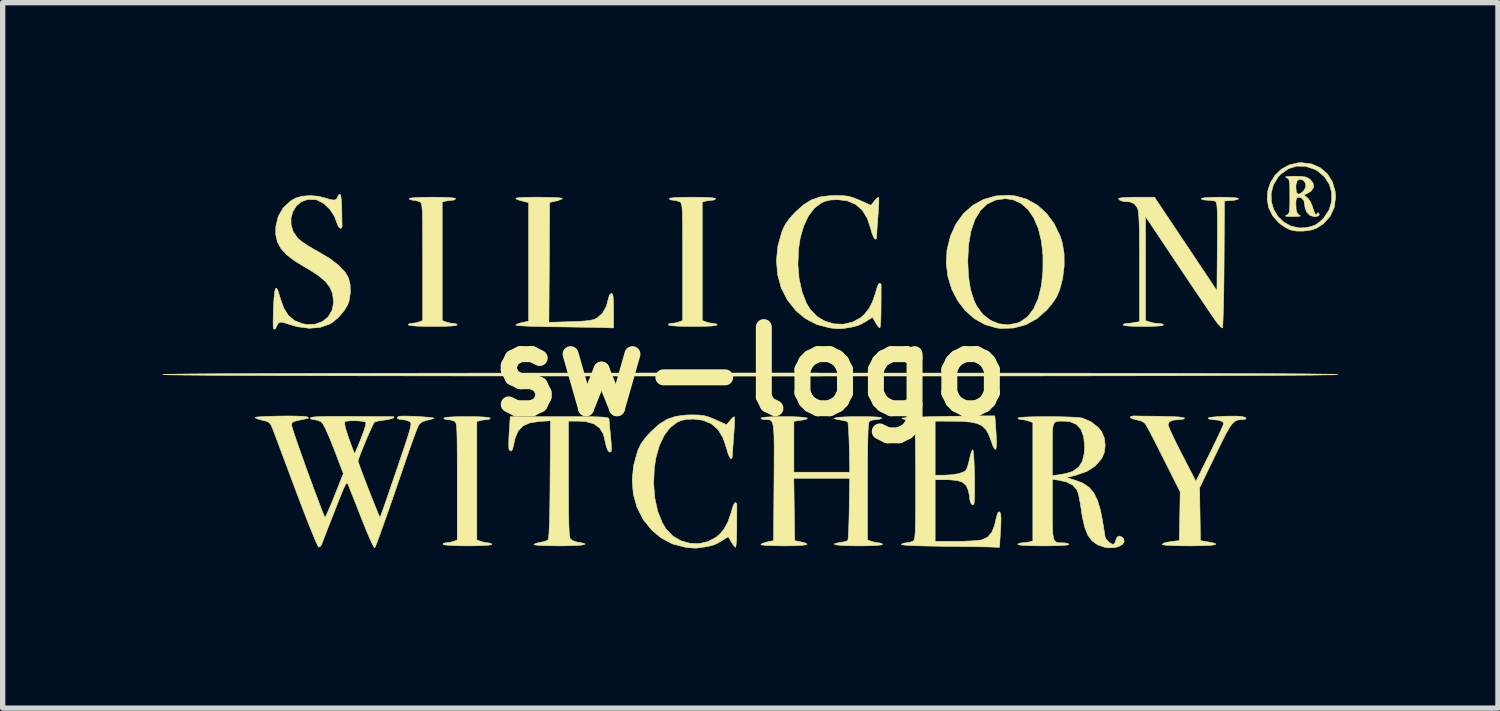
<source format=kicad_pcb>
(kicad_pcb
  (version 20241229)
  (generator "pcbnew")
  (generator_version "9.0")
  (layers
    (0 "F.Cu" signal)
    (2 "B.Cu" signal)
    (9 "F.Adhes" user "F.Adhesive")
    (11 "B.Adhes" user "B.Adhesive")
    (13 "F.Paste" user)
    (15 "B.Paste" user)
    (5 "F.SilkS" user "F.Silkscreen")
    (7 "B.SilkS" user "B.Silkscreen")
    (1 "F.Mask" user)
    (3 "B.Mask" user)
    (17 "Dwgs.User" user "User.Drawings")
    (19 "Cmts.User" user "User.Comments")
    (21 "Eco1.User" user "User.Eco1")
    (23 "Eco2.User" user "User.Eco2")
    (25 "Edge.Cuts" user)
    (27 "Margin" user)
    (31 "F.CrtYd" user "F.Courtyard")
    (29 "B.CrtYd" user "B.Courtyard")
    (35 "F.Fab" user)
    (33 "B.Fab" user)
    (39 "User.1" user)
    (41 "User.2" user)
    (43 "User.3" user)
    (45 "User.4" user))
  (footprint "sw-logo"
    (layer "F.Cu")
    (at 11.04 3.927)
    (property "Reference" "sw-logo" (at 0 0 0) (layer "F.SilkS") (effects (font (size 1.524 1.524) (thickness 0.3))))
    (attr through_hole)
    (fp_poly (pts (xy -5.793 -3.272) (xy -5.658 -3.267) (xy -5.57 -3.259) (xy -5.533 -3.248) (xy -5.532 -3.246) (xy -5.555 -3.223) (xy -5.595 -3.217) (xy -5.677 -3.209) (xy -5.722 -3.2) (xy -5.786 -3.183) (xy -5.786 -0.958) (xy -5.713 -0.931) (xy -5.63 -0.909) (xy -5.572 -0.903) (xy -5.52 -0.893) (xy -5.503 -0.875) (xy -5.531 -0.864) (xy -5.61 -0.855) (xy -5.737 -0.849) (xy -5.907 -0.847) (xy -5.953 -0.847) (xy -6.125 -0.848) (xy -6.264 -0.853) (xy -6.363 -0.861) (xy -6.415 -0.871) (xy -6.421 -0.875) (xy -6.411 -0.896) (xy -6.368 -0.903) (xy -6.285 -0.914) (xy -6.225 -0.931) (xy -6.152 -0.958) (xy -6.152 -2.059) (xy -6.153 -2.337) (xy -6.153 -2.564) (xy -6.154 -2.746) (xy -6.156 -2.887) (xy -6.159 -2.993) (xy -6.164 -3.069) (xy -6.17 -3.121) (xy -6.178 -3.154) (xy -6.188 -3.174) (xy -6.201 -3.185) (xy -6.207 -3.188) (xy -6.279 -3.211) (xy -6.334 -3.217) (xy -6.388 -3.227) (xy -6.406 -3.246) (xy -6.379 -3.257) (xy -6.3 -3.266) (xy -6.173 -3.271) (xy -6.005 -3.274) (xy -5.969 -3.274) (xy -5.793 -3.272)) (stroke (width 0.01) (type solid)) (fill yes) (layer "F.SilkS"))
    (fp_poly (pts (xy -5.144 0.848) (xy -5.009 0.854) (xy -4.921 0.862) (xy -4.883 0.873) (xy -4.882 0.875) (xy -4.906 0.897) (xy -4.946 0.903) (xy -5.028 0.912) (xy -5.073 0.921) (xy -5.136 0.938) (xy -5.136 3.162) (xy -5.064 3.19) (xy -4.981 3.211) (xy -4.923 3.217) (xy -4.871 3.227) (xy -4.854 3.246) (xy -4.882 3.257) (xy -4.961 3.265) (xy -5.088 3.271) (xy -5.258 3.274) (xy -5.304 3.274) (xy -5.476 3.272) (xy -5.615 3.267) (xy -5.714 3.259) (xy -5.766 3.249) (xy -5.771 3.246) (xy -5.762 3.224) (xy -5.719 3.217) (xy -5.636 3.207) (xy -5.576 3.19) (xy -5.503 3.162) (xy -5.503 2.062) (xy -5.503 1.784) (xy -5.504 1.556) (xy -5.505 1.375) (xy -5.507 1.234) (xy -5.51 1.128) (xy -5.515 1.051) (xy -5.521 0.999) (xy -5.529 0.966) (xy -5.539 0.947) (xy -5.552 0.936) (xy -5.558 0.932) (xy -5.63 0.909) (xy -5.685 0.903) (xy -5.739 0.894) (xy -5.757 0.875) (xy -5.73 0.864) (xy -5.651 0.855) (xy -5.524 0.849) (xy -5.355 0.847) (xy -5.32 0.847) (xy -5.144 0.848)) (stroke (width 0.01) (type solid)) (fill yes) (layer "F.SilkS"))
    (fp_poly (pts (xy -0.91 -3.272) (xy -0.776 -3.267) (xy -0.687 -3.259) (xy -0.65 -3.248) (xy -0.649 -3.246) (xy -0.673 -3.223) (xy -0.713 -3.217) (xy -0.794 -3.209) (xy -0.84 -3.2) (xy -0.903 -3.183) (xy -0.903 -0.958) (xy -0.831 -0.931) (xy -0.748 -0.909) (xy -0.69 -0.903) (xy -0.637 -0.893) (xy -0.621 -0.875) (xy -0.648 -0.864) (xy -0.728 -0.855) (xy -0.855 -0.849) (xy -1.025 -0.847) (xy -1.071 -0.847) (xy -1.243 -0.848) (xy -1.382 -0.853) (xy -1.481 -0.861) (xy -1.532 -0.871) (xy -1.538 -0.875) (xy -1.528 -0.896) (xy -1.485 -0.903) (xy -1.402 -0.914) (xy -1.342 -0.931) (xy -1.27 -0.958) (xy -1.27 -2.059) (xy -1.27 -2.337) (xy -1.271 -2.564) (xy -1.272 -2.746) (xy -1.274 -2.887) (xy -1.277 -2.993) (xy -1.281 -3.069) (xy -1.288 -3.121) (xy -1.296 -3.154) (xy -1.306 -3.174) (xy -1.319 -3.185) (xy -1.325 -3.188) (xy -1.397 -3.211) (xy -1.452 -3.217) (xy -1.506 -3.227) (xy -1.524 -3.246) (xy -1.497 -3.257) (xy -1.417 -3.266) (xy -1.291 -3.271) (xy -1.122 -3.274) (xy -1.087 -3.274) (xy -0.91 -3.272)) (stroke (width 0.01) (type solid)) (fill yes) (layer "F.SilkS"))
    (fp_poly (pts (xy -3.831 -3.272) (xy -3.699 -3.269) (xy -3.599 -3.263) (xy -3.54 -3.256) (xy -3.528 -3.251) (xy -3.553 -3.232) (xy -3.615 -3.21) (xy -3.648 -3.202) (xy -3.768 -3.175) (xy -3.775 -2.05) (xy -3.782 -0.924) (xy -3.378 -0.936) (xy -3.21 -0.943) (xy -3.087 -0.951) (xy -3 -0.962) (xy -2.936 -0.977) (xy -2.887 -0.999) (xy -2.877 -1.005) (xy -2.776 -1.094) (xy -2.703 -1.225) (xy -2.667 -1.362) (xy -2.645 -1.438) (xy -2.611 -1.467) (xy -2.609 -1.468) (xy -2.591 -1.458) (xy -2.579 -1.424) (xy -2.572 -1.356) (xy -2.569 -1.246) (xy -2.568 -1.143) (xy -2.568 -0.818) (xy -2.759 -0.825) (xy -2.84 -0.827) (xy -2.968 -0.83) (xy -3.131 -0.832) (xy -3.32 -0.835) (xy -3.525 -0.838) (xy -3.676 -0.84) (xy -3.872 -0.843) (xy -4.048 -0.847) (xy -4.196 -0.853) (xy -4.31 -0.859) (xy -4.381 -0.865) (xy -4.403 -0.871) (xy -4.378 -0.891) (xy -4.315 -0.913) (xy -4.283 -0.92) (xy -4.163 -0.946) (xy -4.163 -3.172) (xy -4.281 -3.202) (xy -4.364 -3.225) (xy -4.402 -3.243) (xy -4.395 -3.257) (xy -4.339 -3.266) (xy -4.232 -3.271) (xy -4.071 -3.274) (xy -3.984 -3.274) (xy -3.831 -3.272)) (stroke (width 0.01) (type solid)) (fill yes) (layer "F.SilkS"))
    (fp_poly (pts (xy 10.541 -3.898) (xy 10.704 -3.826) (xy 10.836 -3.713) (xy 10.93 -3.565) (xy 10.982 -3.387) (xy 10.991 -3.274) (xy 10.965 -3.083) (xy 10.889 -2.917) (xy 10.766 -2.779) (xy 10.632 -2.691) (xy 10.526 -2.656) (xy 10.392 -2.638) (xy 10.256 -2.638) (xy 10.144 -2.659) (xy 10.136 -2.662) (xy 10.056 -2.702) (xy 9.965 -2.763) (xy 9.928 -2.793) (xy 9.808 -2.926) (xy 9.735 -3.076) (xy 9.706 -3.235) (xy 9.715 -3.351) (xy 9.781 -3.351) (xy 9.784 -3.195) (xy 9.827 -3.046) (xy 9.906 -2.914) (xy 10.015 -2.807) (xy 10.151 -2.731) (xy 10.309 -2.697) (xy 10.428 -2.701) (xy 10.522 -2.721) (xy 10.605 -2.749) (xy 10.614 -2.754) (xy 10.679 -2.799) (xy 10.752 -2.866) (xy 10.774 -2.889) (xy 10.87 -3.037) (xy 10.918 -3.198) (xy 10.918 -3.362) (xy 10.873 -3.517) (xy 10.784 -3.656) (xy 10.653 -3.767) (xy 10.603 -3.795) (xy 10.43 -3.853) (xy 10.261 -3.857) (xy 10.103 -3.808) (xy 9.962 -3.707) (xy 9.913 -3.654) (xy 9.823 -3.507) (xy 9.781 -3.351) (xy 9.715 -3.351) (xy 9.718 -3.395) (xy 9.769 -3.548) (xy 9.854 -3.685) (xy 9.971 -3.798) (xy 10.117 -3.879) (xy 10.288 -3.919) (xy 10.351 -3.922) (xy 10.541 -3.898)) (stroke (width 0.01) (type solid)) (fill yes) (layer "F.SilkS"))
    (fp_poly (pts (xy 4.98 -3.297) (xy 5.194 -3.236) (xy 5.39 -3.125) (xy 5.562 -2.97) (xy 5.706 -2.776) (xy 5.816 -2.549) (xy 5.86 -2.413) (xy 5.893 -2.209) (xy 5.894 -1.982) (xy 5.866 -1.75) (xy 5.81 -1.536) (xy 5.756 -1.409) (xy 5.71 -1.336) (xy 5.64 -1.242) (xy 5.56 -1.148) (xy 5.558 -1.147) (xy 5.376 -0.988) (xy 5.169 -0.877) (xy 4.943 -0.817) (xy 4.705 -0.809) (xy 4.619 -0.82) (xy 4.403 -0.883) (xy 4.207 -0.994) (xy 4.036 -1.145) (xy 3.894 -1.331) (xy 3.784 -1.544) (xy 3.712 -1.778) (xy 3.68 -2.026) (xy 3.683 -2.079) (xy 4.084 -2.079) (xy 4.084 -2.074) (xy 4.097 -1.788) (xy 4.134 -1.547) (xy 4.197 -1.343) (xy 4.253 -1.225) (xy 4.366 -1.074) (xy 4.506 -0.964) (xy 4.666 -0.897) (xy 4.835 -0.877) (xy 5.005 -0.907) (xy 5.072 -0.934) (xy 5.21 -1.032) (xy 5.322 -1.179) (xy 5.407 -1.372) (xy 5.466 -1.611) (xy 5.495 -1.888) (xy 5.496 -2.184) (xy 5.466 -2.452) (xy 5.408 -2.686) (xy 5.323 -2.885) (xy 5.214 -3.044) (xy 5.082 -3.159) (xy 4.93 -3.227) (xy 4.788 -3.246) (xy 4.605 -3.221) (xy 4.449 -3.146) (xy 4.32 -3.024) (xy 4.218 -2.855) (xy 4.144 -2.64) (xy 4.099 -2.381) (xy 4.084 -2.079) (xy 3.683 -2.079) (xy 3.694 -2.281) (xy 3.695 -2.289) (xy 3.76 -2.549) (xy 3.865 -2.777) (xy 4.006 -2.969) (xy 4.18 -3.122) (xy 4.381 -3.232) (xy 4.605 -3.297) (xy 4.847 -3.311) (xy 4.98 -3.297)) (stroke (width 0.01) (type solid)) (fill yes) (layer "F.SilkS"))
    (fp_poly (pts (xy 10.339 -3.665) (xy 10.419 -3.655) (xy 10.476 -3.633) (xy 10.511 -3.609) (xy 10.57 -3.536) (xy 10.577 -3.459) (xy 10.531 -3.389) (xy 10.482 -3.357) (xy 10.395 -3.314) (xy 10.461 -3.264) (xy 10.511 -3.204) (xy 10.551 -3.114) (xy 10.558 -3.089) (xy 10.583 -3.012) (xy 10.609 -2.957) (xy 10.63 -2.936) (xy 10.64 -2.957) (xy 10.64 -2.963) (xy 10.657 -2.982) (xy 10.668 -2.977) (xy 10.687 -2.947) (xy 10.661 -2.92) (xy 10.603 -2.907) (xy 10.596 -2.907) (xy 10.51 -2.932) (xy 10.445 -2.999) (xy 10.415 -3.093) (xy 10.414 -3.113) (xy 10.397 -3.21) (xy 10.346 -3.263) (xy 10.295 -3.274) (xy 10.264 -3.264) (xy 10.249 -3.225) (xy 10.245 -3.145) (xy 10.245 -3.14) (xy 10.251 -3.034) (xy 10.272 -2.971) (xy 10.313 -2.935) (xy 10.329 -2.927) (xy 10.326 -2.919) (xy 10.277 -2.913) (xy 10.192 -2.911) (xy 10.188 -2.911) (xy 10.094 -2.913) (xy 10.051 -2.919) (xy 10.055 -2.93) (xy 10.068 -2.936) (xy 10.096 -2.95) (xy 10.114 -2.972) (xy 10.124 -3.014) (xy 10.13 -3.085) (xy 10.132 -3.196) (xy 10.132 -3.288) (xy 10.131 -3.428) (xy 10.13 -3.458) (xy 10.245 -3.458) (xy 10.255 -3.368) (xy 10.285 -3.33) (xy 10.336 -3.345) (xy 10.388 -3.388) (xy 10.431 -3.461) (xy 10.429 -3.535) (xy 10.383 -3.593) (xy 10.383 -3.593) (xy 10.316 -3.614) (xy 10.27 -3.584) (xy 10.247 -3.505) (xy 10.245 -3.458) (xy 10.13 -3.458) (xy 10.128 -3.522) (xy 10.121 -3.581) (xy 10.108 -3.614) (xy 10.086 -3.632) (xy 10.068 -3.64) (xy 10.05 -3.653) (xy 10.078 -3.662) (xy 10.157 -3.666) (xy 10.22 -3.667) (xy 10.339 -3.665)) (stroke (width 0.01) (type solid)) (fill yes) (layer "F.SilkS"))
    (fp_poly (pts (xy 1.083 0.028) (xy 2.11 0.029) (xy 3.081 0.029) (xy 3.997 0.029) (xy 4.856 0.03) (xy 5.66 0.031) (xy 6.409 0.032) (xy 7.101 0.033) (xy 7.737 0.034) (xy 8.318 0.035) (xy 8.842 0.037) (xy 9.311 0.039) (xy 9.723 0.04) (xy 10.079 0.042) (xy 10.379 0.044) (xy 10.623 0.047) (xy 10.81 0.049) (xy 10.941 0.051) (xy 11.016 0.054) (xy 11.035 0.056) (xy 11.007 0.059) (xy 10.922 0.062) (xy 10.781 0.064) (xy 10.584 0.067) (xy 10.33 0.069) (xy 10.02 0.071) (xy 9.654 0.073) (xy 9.232 0.075) (xy 8.754 0.076) (xy 8.22 0.078) (xy 7.63 0.079) (xy 6.983 0.08) (xy 6.281 0.081) (xy 5.523 0.082) (xy 4.709 0.083) (xy 3.84 0.084) (xy 2.914 0.084) (xy 1.933 0.084) (xy 0.896 0.085) (xy 0 0.085) (xy -1.083 0.085) (xy -2.11 0.084) (xy -3.081 0.084) (xy -3.997 0.084) (xy -4.856 0.083) (xy -5.66 0.082) (xy -6.409 0.081) (xy -7.101 0.08) (xy -7.737 0.079) (xy -8.318 0.077) (xy -8.842 0.076) (xy -9.311 0.074) (xy -9.723 0.073) (xy -10.079 0.071) (xy -10.379 0.068) (xy -10.623 0.066) (xy -10.81 0.064) (xy -10.941 0.061) (xy -11.016 0.059) (xy -11.035 0.056) (xy -11.007 0.054) (xy -10.922 0.051) (xy -10.781 0.049) (xy -10.584 0.046) (xy -10.33 0.044) (xy -10.02 0.042) (xy -9.654 0.04) (xy -9.232 0.038) (xy -8.754 0.037) (xy -8.22 0.035) (xy -7.63 0.034) (xy -6.983 0.033) (xy -6.281 0.032) (xy -5.523 0.031) (xy -4.709 0.03) (xy -3.84 0.029) (xy -2.914 0.029) (xy -1.933 0.028) (xy -0.896 0.028) (xy 0 0.028) (xy 1.083 0.028)) (stroke (width 0.01) (type solid)) (fill yes) (layer "F.SilkS"))
    (fp_poly (pts (xy -3.327 0.847) (xy -3.124 0.848) (xy -2.966 0.849) (xy -2.848 0.852) (xy -2.764 0.856) (xy -2.708 0.862) (xy -2.674 0.87) (xy -2.658 0.88) (xy -2.653 0.893) (xy -2.652 0.896) (xy -2.649 0.945) (xy -2.642 1.034) (xy -2.63 1.149) (xy -2.624 1.209) (xy -2.614 1.327) (xy -2.609 1.424) (xy -2.61 1.486) (xy -2.613 1.5) (xy -2.642 1.515) (xy -2.674 1.484) (xy -2.702 1.416) (xy -2.72 1.333) (xy -2.759 1.175) (xy -2.831 1.058) (xy -2.94 0.981) (xy -3.09 0.94) (xy -3.231 0.931) (xy -3.415 0.931) (xy -3.415 2.012) (xy -3.414 2.305) (xy -3.413 2.545) (xy -3.411 2.737) (xy -3.407 2.887) (xy -3.402 2.998) (xy -3.395 3.075) (xy -3.387 3.123) (xy -3.379 3.143) (xy -3.329 3.178) (xy -3.249 3.204) (xy -3.223 3.209) (xy -3.135 3.224) (xy -3.101 3.238) (xy -3.117 3.25) (xy -3.182 3.261) (xy -3.292 3.268) (xy -3.445 3.273) (xy -3.584 3.274) (xy -3.742 3.272) (xy -3.877 3.269) (xy -3.982 3.263) (xy -4.047 3.256) (xy -4.064 3.249) (xy -4.039 3.231) (xy -3.976 3.214) (xy -3.948 3.209) (xy -3.867 3.192) (xy -3.808 3.169) (xy -3.8 3.162) (xy -3.79 3.131) (xy -3.782 3.056) (xy -3.776 2.935) (xy -3.77 2.766) (xy -3.765 2.546) (xy -3.762 2.274) (xy -3.76 2.027) (xy -3.752 0.924) (xy -3.966 0.938) (xy -4.139 0.964) (xy -4.267 1.02) (xy -4.358 1.114) (xy -4.417 1.25) (xy -4.444 1.376) (xy -4.465 1.462) (xy -4.493 1.495) (xy -4.525 1.474) (xy -4.53 1.467) (xy -4.535 1.429) (xy -4.536 1.347) (xy -4.533 1.235) (xy -4.528 1.143) (xy -4.508 0.847) (xy -3.58 0.847) (xy -3.327 0.847)) (stroke (width 0.01) (type solid)) (fill yes) (layer "F.SilkS"))
    (fp_poly (pts (xy 8.177 -2.396) (xy 8.763 -1.518) (xy 8.77 -2.344) (xy 8.772 -2.595) (xy 8.772 -2.794) (xy 8.771 -2.946) (xy 8.767 -3.057) (xy 8.761 -3.133) (xy 8.752 -3.176) (xy 8.742 -3.194) (xy 8.693 -3.208) (xy 8.614 -3.216) (xy 8.587 -3.217) (xy 8.513 -3.223) (xy 8.471 -3.238) (xy 8.467 -3.246) (xy 8.494 -3.258) (xy 8.571 -3.267) (xy 8.693 -3.272) (xy 8.819 -3.274) (xy 8.96 -3.272) (xy 9.072 -3.266) (xy 9.146 -3.258) (xy 9.172 -3.247) (xy 9.147 -3.23) (xy 9.082 -3.216) (xy 9.038 -3.212) (xy 8.904 -3.203) (xy 8.897 -2.011) (xy 8.895 -1.758) (xy 8.892 -1.523) (xy 8.888 -1.312) (xy 8.883 -1.131) (xy 8.878 -0.986) (xy 8.873 -0.883) (xy 8.868 -0.827) (xy 8.865 -0.818) (xy 8.834 -0.839) (xy 8.786 -0.891) (xy 8.761 -0.922) (xy 8.728 -0.968) (xy 8.668 -1.055) (xy 8.584 -1.178) (xy 8.481 -1.331) (xy 8.361 -1.507) (xy 8.23 -1.703) (xy 8.091 -1.91) (xy 8.052 -1.968) (xy 7.422 -2.911) (xy 7.422 -0.958) (xy 7.495 -0.931) (xy 7.576 -0.911) (xy 7.664 -0.903) (xy 7.729 -0.896) (xy 7.76 -0.878) (xy 7.761 -0.875) (xy 7.734 -0.863) (xy 7.656 -0.854) (xy 7.532 -0.848) (xy 7.38 -0.847) (xy 7.219 -0.849) (xy 7.098 -0.854) (xy 7.023 -0.864) (xy 6.999 -0.875) (xy 7.023 -0.896) (xy 7.066 -0.903) (xy 7.144 -0.909) (xy 7.221 -0.921) (xy 7.31 -0.938) (xy 7.31 -1.966) (xy 7.309 -2.244) (xy 7.308 -2.471) (xy 7.306 -2.653) (xy 7.302 -2.794) (xy 7.297 -2.9) (xy 7.291 -2.977) (xy 7.283 -3.031) (xy 7.272 -3.066) (xy 7.268 -3.074) (xy 7.211 -3.151) (xy 7.13 -3.185) (xy 7.07 -3.189) (xy 6.986 -3.199) (xy 6.929 -3.224) (xy 6.914 -3.249) (xy 6.941 -3.258) (xy 7.013 -3.266) (xy 7.119 -3.272) (xy 7.249 -3.274) (xy 7.252 -3.274) (xy 7.59 -3.274) (xy 8.177 -2.396)) (stroke (width 0.01) (type solid)) (fill yes) (layer "F.SilkS"))
    (fp_poly (pts (xy 7.211 0.834) (xy 7.263 0.835) (xy 7.36 0.837) (xy 7.49 0.838) (xy 7.64 0.84) (xy 7.719 0.841) (xy 7.892 0.845) (xy 8.026 0.852) (xy 8.115 0.861) (xy 8.155 0.872) (xy 8.156 0.875) (xy 8.132 0.894) (xy 8.071 0.903) (xy 8.065 0.903) (xy 7.942 0.913) (xy 7.871 0.942) (xy 7.846 0.992) (xy 7.846 0.995) (xy 7.858 1.037) (xy 7.893 1.12) (xy 7.947 1.236) (xy 8.015 1.376) (xy 8.094 1.531) (xy 8.107 1.557) (xy 8.368 2.062) (xy 8.629 1.536) (xy 8.707 1.377) (xy 8.776 1.233) (xy 8.832 1.114) (xy 8.871 1.026) (xy 8.889 0.979) (xy 8.89 0.974) (xy 8.864 0.939) (xy 8.794 0.914) (xy 8.691 0.904) (xy 8.687 0.903) (xy 8.625 0.894) (xy 8.595 0.877) (xy 8.614 0.866) (xy 8.677 0.856) (xy 8.771 0.847) (xy 8.884 0.84) (xy 9.002 0.837) (xy 9.113 0.837) (xy 9.205 0.841) (xy 9.222 0.843) (xy 9.288 0.859) (xy 9.312 0.88) (xy 9.29 0.898) (xy 9.245 0.903) (xy 9.187 0.905) (xy 9.137 0.915) (xy 9.093 0.939) (xy 9.049 0.982) (xy 9 1.05) (xy 8.943 1.149) (xy 8.873 1.285) (xy 8.785 1.463) (xy 8.733 1.571) (xy 8.437 2.183) (xy 8.445 2.679) (xy 8.453 3.175) (xy 8.601 3.2) (xy 8.699 3.22) (xy 8.742 3.237) (xy 8.73 3.251) (xy 8.663 3.262) (xy 8.542 3.269) (xy 8.367 3.273) (xy 8.241 3.274) (xy 8.06 3.272) (xy 7.913 3.268) (xy 7.806 3.262) (xy 7.745 3.253) (xy 7.733 3.247) (xy 7.759 3.224) (xy 7.837 3.203) (xy 7.969 3.185) (xy 7.987 3.183) (xy 8.057 3.175) (xy 8.065 2.718) (xy 8.073 2.26) (xy 7.764 1.645) (xy 7.676 1.471) (xy 7.595 1.312) (xy 7.524 1.174) (xy 7.467 1.067) (xy 7.428 0.998) (xy 7.415 0.976) (xy 7.356 0.934) (xy 7.262 0.907) (xy 7.25 0.906) (xy 7.175 0.888) (xy 7.137 0.864) (xy 7.143 0.844) (xy 7.196 0.834) (xy 7.211 0.834)) (stroke (width 0.01) (type solid)) (fill yes) (layer "F.SilkS"))
    (fp_poly (pts (xy -7.691 -3.303) (xy -7.68 -3.221) (xy -7.673 -3.089) (xy -7.672 -3.048) (xy -7.67 -2.925) (xy -7.668 -2.822) (xy -7.666 -2.753) (xy -7.665 -2.733) (xy -7.676 -2.694) (xy -7.705 -2.692) (xy -7.737 -2.724) (xy -7.75 -2.757) (xy -7.808 -2.913) (xy -7.898 -3.05) (xy -8.01 -3.156) (xy -8.133 -3.22) (xy -8.169 -3.229) (xy -8.308 -3.232) (xy -8.428 -3.19) (xy -8.523 -3.112) (xy -8.589 -3.007) (xy -8.625 -2.886) (xy -8.624 -2.756) (xy -8.585 -2.627) (xy -8.503 -2.509) (xy -8.473 -2.48) (xy -8.402 -2.425) (xy -8.297 -2.356) (xy -8.175 -2.284) (xy -8.103 -2.244) (xy -7.896 -2.121) (xy -7.731 -1.994) (xy -7.611 -1.869) (xy -7.548 -1.764) (xy -7.515 -1.632) (xy -7.511 -1.477) (xy -7.535 -1.327) (xy -7.561 -1.253) (xy -7.632 -1.136) (xy -7.732 -1.02) (xy -7.842 -0.926) (xy -7.896 -0.892) (xy -8.078 -0.829) (xy -8.284 -0.812) (xy -8.508 -0.842) (xy -8.661 -0.887) (xy -8.763 -0.92) (xy -8.826 -0.927) (xy -8.865 -0.908) (xy -8.89 -0.861) (xy -8.918 -0.802) (xy -8.942 -0.795) (xy -8.956 -0.811) (xy -8.96 -0.846) (xy -8.961 -0.926) (xy -8.959 -1.04) (xy -8.955 -1.177) (xy -8.954 -1.207) (xy -8.944 -1.379) (xy -8.932 -1.495) (xy -8.916 -1.557) (xy -8.896 -1.565) (xy -8.871 -1.521) (xy -8.841 -1.425) (xy -8.831 -1.388) (xy -8.764 -1.196) (xy -8.675 -1.054) (xy -8.559 -0.956) (xy -8.412 -0.899) (xy -8.329 -0.884) (xy -8.167 -0.889) (xy -8.03 -0.941) (xy -7.924 -1.031) (xy -7.853 -1.153) (xy -7.825 -1.3) (xy -7.845 -1.465) (xy -7.894 -1.581) (xy -7.979 -1.691) (xy -8.107 -1.8) (xy -8.282 -1.913) (xy -8.344 -1.949) (xy -8.55 -2.073) (xy -8.705 -2.192) (xy -8.814 -2.31) (xy -8.881 -2.435) (xy -8.912 -2.572) (xy -8.91 -2.727) (xy -8.91 -2.727) (xy -8.864 -2.915) (xy -8.771 -3.075) (xy -8.634 -3.202) (xy -8.539 -3.257) (xy -8.419 -3.292) (xy -8.27 -3.304) (xy -8.116 -3.292) (xy -7.99 -3.261) (xy -7.878 -3.227) (xy -7.806 -3.221) (xy -7.766 -3.244) (xy -7.753 -3.274) (xy -7.728 -3.32) (xy -7.707 -3.33) (xy -7.691 -3.303)) (stroke (width 0.01) (type solid)) (fill yes) (layer "F.SilkS"))
    (fp_poly (pts (xy -0.967 0.817) (xy -0.868 0.829) (xy -0.775 0.855) (xy -0.665 0.9) (xy -0.65 0.907) (xy -0.444 0.999) (xy -0.378 0.917) (xy -0.333 0.867) (xy -0.302 0.848) (xy -0.299 0.849) (xy -0.296 0.881) (xy -0.297 0.957) (xy -0.302 1.067) (xy -0.311 1.199) (xy -0.311 1.2) (xy -0.321 1.337) (xy -0.33 1.456) (xy -0.336 1.545) (xy -0.338 1.59) (xy -0.347 1.634) (xy -0.368 1.632) (xy -0.396 1.592) (xy -0.425 1.52) (xy -0.443 1.453) (xy -0.51 1.248) (xy -0.607 1.09) (xy -0.734 0.979) (xy -0.894 0.914) (xy -1.067 0.893) (xy -1.2 0.898) (xy -1.302 0.921) (xy -1.374 0.953) (xy -1.507 1.054) (xy -1.619 1.202) (xy -1.709 1.393) (xy -1.773 1.621) (xy -1.803 1.821) (xy -1.815 2.107) (xy -1.793 2.378) (xy -1.739 2.625) (xy -1.654 2.838) (xy -1.582 2.956) (xy -1.456 3.088) (xy -1.303 3.178) (xy -1.133 3.226) (xy -0.959 3.231) (xy -0.79 3.192) (xy -0.637 3.109) (xy -0.568 3.048) (xy -0.486 2.947) (xy -0.42 2.823) (xy -0.364 2.664) (xy -0.339 2.573) (xy -0.314 2.503) (xy -0.288 2.464) (xy -0.279 2.461) (xy -0.252 2.486) (xy -0.252 2.491) (xy -0.253 2.526) (xy -0.253 2.605) (xy -0.254 2.72) (xy -0.254 2.859) (xy -0.254 2.907) (xy -0.256 3.049) (xy -0.26 3.168) (xy -0.267 3.255) (xy -0.275 3.299) (xy -0.278 3.302) (xy -0.305 3.279) (xy -0.343 3.223) (xy -0.355 3.203) (xy -0.39 3.141) (xy -0.412 3.107) (xy -0.415 3.104) (xy -0.44 3.118) (xy -0.498 3.154) (xy -0.552 3.187) (xy -0.626 3.23) (xy -0.702 3.261) (xy -0.796 3.284) (xy -0.923 3.305) (xy -0.988 3.314) (xy -1.055 3.316) (xy -1.152 3.308) (xy -1.224 3.299) (xy -1.463 3.237) (xy -1.679 3.122) (xy -1.85 2.979) (xy -2.011 2.78) (xy -2.127 2.551) (xy -2.197 2.301) (xy -2.218 2.036) (xy -2.191 1.763) (xy -2.115 1.489) (xy -2.11 1.478) (xy -2.053 1.358) (xy -1.968 1.24) (xy -1.863 1.126) (xy -1.712 0.99) (xy -1.563 0.897) (xy -1.401 0.842) (xy -1.211 0.817) (xy -1.099 0.814) (xy -0.967 0.817)) (stroke (width 0.01) (type solid)) (fill yes) (layer "F.SilkS"))
    (fp_poly (pts (xy 1.742 -3.303) (xy 1.842 -3.291) (xy 1.934 -3.265) (xy 2.045 -3.22) (xy 2.059 -3.214) (xy 2.266 -3.122) (xy 2.331 -3.204) (xy 2.376 -3.253) (xy 2.407 -3.273) (xy 2.41 -3.272) (xy 2.414 -3.24) (xy 2.413 -3.163) (xy 2.407 -3.053) (xy 2.398 -2.921) (xy 2.398 -2.92) (xy 2.388 -2.783) (xy 2.379 -2.664) (xy 2.374 -2.575) (xy 2.371 -2.531) (xy 2.362 -2.486) (xy 2.341 -2.488) (xy 2.313 -2.529) (xy 2.284 -2.601) (xy 2.266 -2.667) (xy 2.199 -2.873) (xy 2.103 -3.03) (xy 1.975 -3.141) (xy 1.816 -3.207) (xy 1.642 -3.227) (xy 1.51 -3.222) (xy 1.407 -3.199) (xy 1.335 -3.167) (xy 1.202 -3.067) (xy 1.09 -2.918) (xy 1 -2.727) (xy 0.936 -2.5) (xy 0.906 -2.3) (xy 0.894 -2.013) (xy 0.916 -1.742) (xy 0.971 -1.496) (xy 1.055 -1.282) (xy 1.127 -1.164) (xy 1.254 -1.033) (xy 1.407 -0.943) (xy 1.576 -0.895) (xy 1.75 -0.889) (xy 1.92 -0.928) (xy 2.073 -1.012) (xy 2.142 -1.073) (xy 2.223 -1.174) (xy 2.289 -1.297) (xy 2.346 -1.457) (xy 2.371 -1.547) (xy 2.395 -1.618) (xy 2.421 -1.657) (xy 2.431 -1.659) (xy 2.457 -1.635) (xy 2.457 -1.629) (xy 2.457 -1.595) (xy 2.456 -1.515) (xy 2.456 -1.4) (xy 2.455 -1.262) (xy 2.455 -1.214) (xy 2.454 -1.072) (xy 2.449 -0.952) (xy 2.443 -0.866) (xy 2.435 -0.822) (xy 2.432 -0.818) (xy 2.404 -0.841) (xy 2.366 -0.897) (xy 2.355 -0.917) (xy 2.32 -0.979) (xy 2.297 -1.014) (xy 2.295 -1.016) (xy 2.269 -1.002) (xy 2.211 -0.967) (xy 2.158 -0.933) (xy 2.083 -0.891) (xy 2.007 -0.86) (xy 1.914 -0.836) (xy 1.786 -0.815) (xy 1.722 -0.806) (xy 1.655 -0.805) (xy 1.558 -0.812) (xy 1.486 -0.821) (xy 1.247 -0.884) (xy 1.03 -0.998) (xy 0.859 -1.141) (xy 0.698 -1.341) (xy 0.582 -1.569) (xy 0.513 -1.819) (xy 0.491 -2.084) (xy 0.518 -2.357) (xy 0.595 -2.631) (xy 0.599 -2.643) (xy 0.657 -2.762) (xy 0.741 -2.88) (xy 0.846 -2.994) (xy 0.998 -3.13) (xy 1.146 -3.223) (xy 1.308 -3.279) (xy 1.499 -3.303) (xy 1.61 -3.306) (xy 1.742 -3.303)) (stroke (width 0.01) (type solid)) (fill yes) (layer "F.SilkS"))
    (fp_poly (pts (xy 2.221 0.848) (xy 2.357 0.853) (xy 2.441 0.861) (xy 2.47 0.873) (xy 2.469 0.875) (xy 2.432 0.894) (xy 2.364 0.903) (xy 2.361 0.903) (xy 2.286 0.913) (xy 2.235 0.937) (xy 2.235 0.937) (xy 2.226 0.962) (xy 2.218 1.019) (xy 2.212 1.112) (xy 2.208 1.245) (xy 2.204 1.421) (xy 2.202 1.645) (xy 2.201 1.919) (xy 2.201 2.067) (xy 2.201 3.162) (xy 2.274 3.19) (xy 2.356 3.211) (xy 2.415 3.217) (xy 2.467 3.227) (xy 2.484 3.246) (xy 2.456 3.257) (xy 2.377 3.265) (xy 2.25 3.271) (xy 2.08 3.274) (xy 2.032 3.274) (xy 1.857 3.272) (xy 1.721 3.266) (xy 1.628 3.257) (xy 1.581 3.246) (xy 1.583 3.233) (xy 1.636 3.219) (xy 1.696 3.209) (xy 1.772 3.195) (xy 1.823 3.179) (xy 1.83 3.175) (xy 1.836 3.142) (xy 1.842 3.062) (xy 1.848 2.943) (xy 1.853 2.793) (xy 1.857 2.622) (xy 1.857 2.58) (xy 1.866 2.004) (xy 0.817 2.004) (xy 0.825 2.589) (xy 0.833 3.175) (xy 0.953 3.2) (xy 1.038 3.222) (xy 1.068 3.241) (xy 1.043 3.255) (xy 0.962 3.265) (xy 0.826 3.272) (xy 0.636 3.274) (xy 0.635 3.274) (xy 0.485 3.272) (xy 0.357 3.268) (xy 0.261 3.262) (xy 0.207 3.254) (xy 0.198 3.25) (xy 0.222 3.23) (xy 0.285 3.208) (xy 0.318 3.2) (xy 0.437 3.175) (xy 0.445 2.074) (xy 0.447 1.787) (xy 0.448 1.55) (xy 0.448 1.36) (xy 0.445 1.212) (xy 0.439 1.099) (xy 0.43 1.018) (xy 0.416 0.963) (xy 0.397 0.929) (xy 0.372 0.911) (xy 0.341 0.904) (xy 0.302 0.903) (xy 0.277 0.903) (xy 0.22 0.894) (xy 0.198 0.875) (xy 0.225 0.864) (xy 0.304 0.855) (xy 0.431 0.849) (xy 0.599 0.847) (xy 0.635 0.847) (xy 0.812 0.849) (xy 0.945 0.855) (xy 1.032 0.864) (xy 1.071 0.876) (xy 1.06 0.891) (xy 0.995 0.908) (xy 0.945 0.916) (xy 0.818 0.935) (xy 0.818 1.891) (xy 1.868 1.891) (xy 1.859 1.428) (xy 1.854 1.271) (xy 1.848 1.135) (xy 1.841 1.029) (xy 1.834 0.963) (xy 1.83 0.945) (xy 1.792 0.93) (xy 1.721 0.915) (xy 1.696 0.911) (xy 1.609 0.896) (xy 1.576 0.882) (xy 1.594 0.87) (xy 1.659 0.859) (xy 1.768 0.852) (xy 1.92 0.847) (xy 2.034 0.847) (xy 2.221 0.848)) (stroke (width 0.01) (type solid)) (fill yes) (layer "F.SilkS"))
    (fp_poly (pts (xy 5.684 0.847) (xy 5.842 0.85) (xy 5.987 0.854) (xy 6.11 0.86) (xy 6.201 0.868) (xy 6.24 0.875) (xy 6.397 0.943) (xy 6.532 1.049) (xy 6.596 1.127) (xy 6.647 1.246) (xy 6.664 1.386) (xy 6.646 1.526) (xy 6.597 1.637) (xy 6.475 1.775) (xy 6.321 1.875) (xy 6.135 1.941) (xy 5.935 1.992) (xy 6.097 2.04) (xy 6.245 2.096) (xy 6.361 2.174) (xy 6.451 2.28) (xy 6.521 2.421) (xy 6.576 2.607) (xy 6.607 2.766) (xy 6.629 2.891) (xy 6.646 2.998) (xy 6.657 3.071) (xy 6.66 3.097) (xy 6.682 3.148) (xy 6.733 3.203) (xy 6.79 3.24) (xy 6.814 3.246) (xy 6.847 3.221) (xy 6.863 3.168) (xy 6.89 3.107) (xy 6.939 3.089) (xy 6.993 3.118) (xy 7.01 3.139) (xy 7.021 3.197) (xy 6.986 3.248) (xy 6.917 3.287) (xy 6.823 3.309) (xy 6.715 3.31) (xy 6.653 3.3) (xy 6.522 3.253) (xy 6.418 3.18) (xy 6.339 3.073) (xy 6.28 2.927) (xy 6.236 2.734) (xy 6.219 2.62) (xy 6.198 2.484) (xy 6.175 2.362) (xy 6.152 2.269) (xy 6.136 2.226) (xy 6.058 2.135) (xy 5.933 2.072) (xy 5.8 2.042) (xy 5.673 2.024) (xy 5.673 2.592) (xy 5.673 2.795) (xy 5.675 2.948) (xy 5.682 3.059) (xy 5.695 3.135) (xy 5.717 3.181) (xy 5.751 3.206) (xy 5.798 3.216) (xy 5.862 3.217) (xy 5.882 3.217) (xy 5.949 3.224) (xy 5.982 3.241) (xy 5.983 3.246) (xy 5.956 3.257) (xy 5.876 3.265) (xy 5.748 3.271) (xy 5.575 3.274) (xy 5.503 3.274) (xy 5.316 3.272) (xy 5.172 3.267) (xy 5.074 3.26) (xy 5.027 3.25) (xy 5.024 3.246) (xy 5.048 3.225) (xy 5.101 3.217) (xy 5.186 3.21) (xy 5.242 3.2) (xy 5.306 3.183) (xy 5.306 1.299) (xy 5.673 1.299) (xy 5.673 1.46) (xy 5.673 1.955) (xy 5.82 1.935) (xy 5.927 1.915) (xy 6.025 1.886) (xy 6.06 1.872) (xy 6.166 1.796) (xy 6.236 1.685) (xy 6.272 1.534) (xy 6.278 1.411) (xy 6.261 1.228) (xy 6.211 1.09) (xy 6.127 0.995) (xy 6.007 0.943) (xy 5.889 0.931) (xy 5.814 0.931) (xy 5.758 0.936) (xy 5.719 0.954) (xy 5.694 0.991) (xy 5.68 1.056) (xy 5.674 1.157) (xy 5.673 1.299) (xy 5.306 1.299) (xy 5.306 0.958) (xy 5.233 0.931) (xy 5.151 0.909) (xy 5.092 0.903) (xy 5.04 0.893) (xy 5.024 0.875) (xy 5.05 0.865) (xy 5.123 0.858) (xy 5.233 0.852) (xy 5.37 0.849) (xy 5.523 0.847) (xy 5.684 0.847)) (stroke (width 0.01) (type solid)) (fill yes) (layer "F.SilkS"))
    (fp_poly (pts (xy 4.594 0.859) (xy 4.6 0.93) (xy 4.608 1.036) (xy 4.615 1.15) (xy 4.623 1.309) (xy 4.62 1.413) (xy 4.609 1.461) (xy 4.587 1.454) (xy 4.555 1.393) (xy 4.517 1.288) (xy 4.472 1.171) (xy 4.419 1.082) (xy 4.35 1.018) (xy 4.257 0.975) (xy 4.133 0.949) (xy 3.967 0.936) (xy 3.775 0.933) (xy 3.471 0.931) (xy 3.471 1.947) (xy 3.634 1.947) (xy 3.791 1.938) (xy 3.921 1.915) (xy 4.015 1.88) (xy 4.053 1.85) (xy 4.075 1.799) (xy 4.101 1.713) (xy 4.118 1.636) (xy 4.14 1.548) (xy 4.162 1.487) (xy 4.177 1.468) (xy 4.186 1.494) (xy 4.194 1.566) (xy 4.201 1.673) (xy 4.206 1.804) (xy 4.21 1.948) (xy 4.212 2.095) (xy 4.212 2.234) (xy 4.21 2.354) (xy 4.206 2.443) (xy 4.199 2.493) (xy 4.197 2.497) (xy 4.169 2.504) (xy 4.14 2.469) (xy 4.123 2.41) (xy 4.121 2.385) (xy 4.113 2.32) (xy 4.094 2.236) (xy 4.091 2.223) (xy 4.052 2.138) (xy 3.987 2.08) (xy 3.888 2.047) (xy 3.744 2.033) (xy 3.684 2.032) (xy 3.471 2.032) (xy 3.471 3.189) (xy 3.859 3.189) (xy 4.012 3.187) (xy 4.153 3.181) (xy 4.268 3.172) (xy 4.344 3.162) (xy 4.352 3.16) (xy 4.457 3.109) (xy 4.534 3.021) (xy 4.587 2.889) (xy 4.603 2.819) (xy 4.624 2.728) (xy 4.645 2.662) (xy 4.659 2.638) (xy 4.685 2.636) (xy 4.701 2.672) (xy 4.708 2.752) (xy 4.705 2.879) (xy 4.699 2.994) (xy 4.679 3.302) (xy 4.505 3.295) (xy 4.43 3.293) (xy 4.308 3.291) (xy 4.149 3.288) (xy 3.962 3.286) (xy 3.758 3.283) (xy 3.576 3.281) (xy 3.329 3.277) (xy 3.13 3.272) (xy 2.98 3.266) (xy 2.883 3.258) (xy 2.839 3.249) (xy 2.837 3.245) (xy 2.875 3.224) (xy 2.925 3.217) (xy 3.003 3.206) (xy 3.05 3.188) (xy 3.064 3.179) (xy 3.075 3.163) (xy 3.084 3.136) (xy 3.091 3.092) (xy 3.096 3.026) (xy 3.1 2.932) (xy 3.102 2.805) (xy 3.104 2.639) (xy 3.104 2.43) (xy 3.104 2.172) (xy 3.104 2.065) (xy 3.104 1.766) (xy 3.102 1.519) (xy 3.1 1.321) (xy 3.096 1.169) (xy 3.09 1.058) (xy 3.084 0.984) (xy 3.075 0.945) (xy 3.071 0.937) (xy 3.02 0.913) (xy 2.946 0.903) (xy 2.944 0.903) (xy 2.881 0.896) (xy 2.851 0.879) (xy 2.85 0.877) (xy 2.878 0.871) (xy 2.955 0.865) (xy 3.075 0.859) (xy 3.231 0.853) (xy 3.418 0.847) (xy 3.628 0.843) (xy 3.855 0.839) (xy 4.093 0.835) (xy 4.333 0.833) (xy 4.571 0.833) (xy 4.59 0.833) (xy 4.594 0.859)) (stroke (width 0.01) (type solid)) (fill yes) (layer "F.SilkS"))
    (fp_poly (pts (xy -8.548 0.836) (xy -8.436 0.84) (xy -8.355 0.845) (xy -8.318 0.852) (xy -8.295 0.873) (xy -8.297 0.877) (xy -8.331 0.884) (xy -8.402 0.899) (xy -8.467 0.913) (xy -8.555 0.934) (xy -8.6 0.954) (xy -8.614 0.983) (xy -8.612 1.016) (xy -8.6 1.062) (xy -8.572 1.15) (xy -8.53 1.273) (xy -8.478 1.423) (xy -8.418 1.592) (xy -8.354 1.773) (xy -8.286 1.959) (xy -8.22 2.141) (xy -8.156 2.311) (xy -8.099 2.463) (xy -8.051 2.589) (xy -8.014 2.681) (xy -7.992 2.731) (xy -7.987 2.738) (xy -7.971 2.713) (xy -7.938 2.644) (xy -7.893 2.541) (xy -7.839 2.412) (xy -7.805 2.327) (xy -7.642 1.916) (xy -7.816 1.459) (xy -7.878 1.303) (xy -7.937 1.165) (xy -7.988 1.053) (xy -8.029 0.978) (xy -8.03 0.977) (xy -7.62 0.977) (xy -7.602 1.062) (xy -7.56 1.197) (xy -7.54 1.254) (xy -7.498 1.371) (xy -7.463 1.465) (xy -7.439 1.524) (xy -7.43 1.541) (xy -7.417 1.513) (xy -7.387 1.444) (xy -7.346 1.346) (xy -7.309 1.255) (xy -7.26 1.125) (xy -7.228 1.025) (xy -7.218 0.965) (xy -7.222 0.951) (xy -7.263 0.937) (xy -7.341 0.928) (xy -7.435 0.924) (xy -7.526 0.926) (xy -7.594 0.934) (xy -7.613 0.941) (xy -7.62 0.977) (xy -8.03 0.977) (xy -8.048 0.953) (xy -8.12 0.916) (xy -8.19 0.903) (xy -8.249 0.894) (xy -8.263 0.871) (xy -8.241 0.86) (xy -8.182 0.852) (xy -8.081 0.846) (xy -7.934 0.843) (xy -7.738 0.842) (xy -7.52 0.843) (xy -7.32 0.844) (xy -7.137 0.845) (xy -6.978 0.846) (xy -6.853 0.846) (xy -6.77 0.847) (xy -6.736 0.847) (xy -6.692 0.852) (xy -6.693 0.866) (xy -6.731 0.883) (xy -6.797 0.9) (xy -6.875 0.912) (xy -6.967 0.925) (xy -7.036 0.941) (xy -7.06 0.953) (xy -7.081 0.989) (xy -7.118 1.066) (xy -7.165 1.17) (xy -7.216 1.289) (xy -7.267 1.412) (xy -7.312 1.525) (xy -7.346 1.616) (xy -7.364 1.672) (xy -7.366 1.682) (xy -7.356 1.716) (xy -7.329 1.793) (xy -7.289 1.901) (xy -7.239 2.032) (xy -7.184 2.175) (xy -7.127 2.32) (xy -7.073 2.457) (xy -7.025 2.577) (xy -6.987 2.669) (xy -6.963 2.722) (xy -6.957 2.732) (xy -6.954 2.732) (xy -6.948 2.724) (xy -6.938 2.701) (xy -6.923 2.66) (xy -6.899 2.596) (xy -6.867 2.504) (xy -6.824 2.379) (xy -6.768 2.216) (xy -6.697 2.01) (xy -6.611 1.757) (xy -6.59 1.695) (xy -6.517 1.48) (xy -6.461 1.312) (xy -6.42 1.185) (xy -6.393 1.092) (xy -6.378 1.028) (xy -6.373 0.987) (xy -6.377 0.961) (xy -6.389 0.945) (xy -6.395 0.94) (xy -6.459 0.914) (xy -6.539 0.903) (xy -6.604 0.894) (xy -6.633 0.874) (xy -6.617 0.85) (xy -6.597 0.841) (xy -6.555 0.837) (xy -6.476 0.836) (xy -6.373 0.839) (xy -6.259 0.844) (xy -6.146 0.851) (xy -6.047 0.859) (xy -5.975 0.867) (xy -5.941 0.875) (xy -5.941 0.878) (xy -5.985 0.894) (xy -6.059 0.912) (xy -6.075 0.915) (xy -6.166 0.947) (xy -6.222 0.996) (xy -6.244 1.042) (xy -6.28 1.132) (xy -6.326 1.256) (xy -6.379 1.403) (xy -6.431 1.552) (xy -6.57 1.958) (xy -6.692 2.311) (xy -6.796 2.611) (xy -6.883 2.858) (xy -6.952 3.051) (xy -7.003 3.191) (xy -7.037 3.278) (xy -7.053 3.311) (xy -7.07 3.293) (xy -7.103 3.229) (xy -7.15 3.127) (xy -7.207 2.994) (xy -7.27 2.838) (xy -7.295 2.775) (xy -7.363 2.603) (xy -7.425 2.444) (xy -7.479 2.308) (xy -7.52 2.204) (xy -7.545 2.14) (xy -7.548 2.131) (xy -7.56 2.105) (xy -7.572 2.095) (xy -7.588 2.105) (xy -7.61 2.141) (xy -7.642 2.208) (xy -7.685 2.313) (xy -7.744 2.46) (xy -7.808 2.625) (xy -7.876 2.797) (xy -7.937 2.953) (xy -7.988 3.085) (xy -8.027 3.185) (xy -8.049 3.245) (xy -8.053 3.255) (xy -8.083 3.293) (xy -8.107 3.295) (xy -8.124 3.267) (xy -8.159 3.192) (xy -8.208 3.075) (xy -8.27 2.923) (xy -8.342 2.741) (xy -8.422 2.534) (xy -8.507 2.309) (xy -8.527 2.256) (xy -8.615 2.022) (xy -8.698 1.799) (xy -8.775 1.594) (xy -8.842 1.414) (xy -8.898 1.266) (xy -8.939 1.156) (xy -8.963 1.091) (xy -8.965 1.087) (xy -9 1.003) (xy -9.036 0.957) (xy -9.091 0.932) (xy -9.159 0.916) (xy -9.239 0.895) (xy -9.29 0.874) (xy -9.299 0.864) (xy -9.273 0.856) (xy -9.201 0.849) (xy -9.095 0.843) (xy -8.966 0.839) (xy -8.824 0.836) (xy -8.681 0.835) (xy -8.548 0.836)) (stroke (width 0.01) (type solid)) (fill yes) (layer "F.SilkS")))
  (gr_rect
    (start -3 -3)
    (end 25.08 10.248)
    (stroke (width 0.1) (type default))
    (fill no)
    (layer "Edge.Cuts")))
</source>
